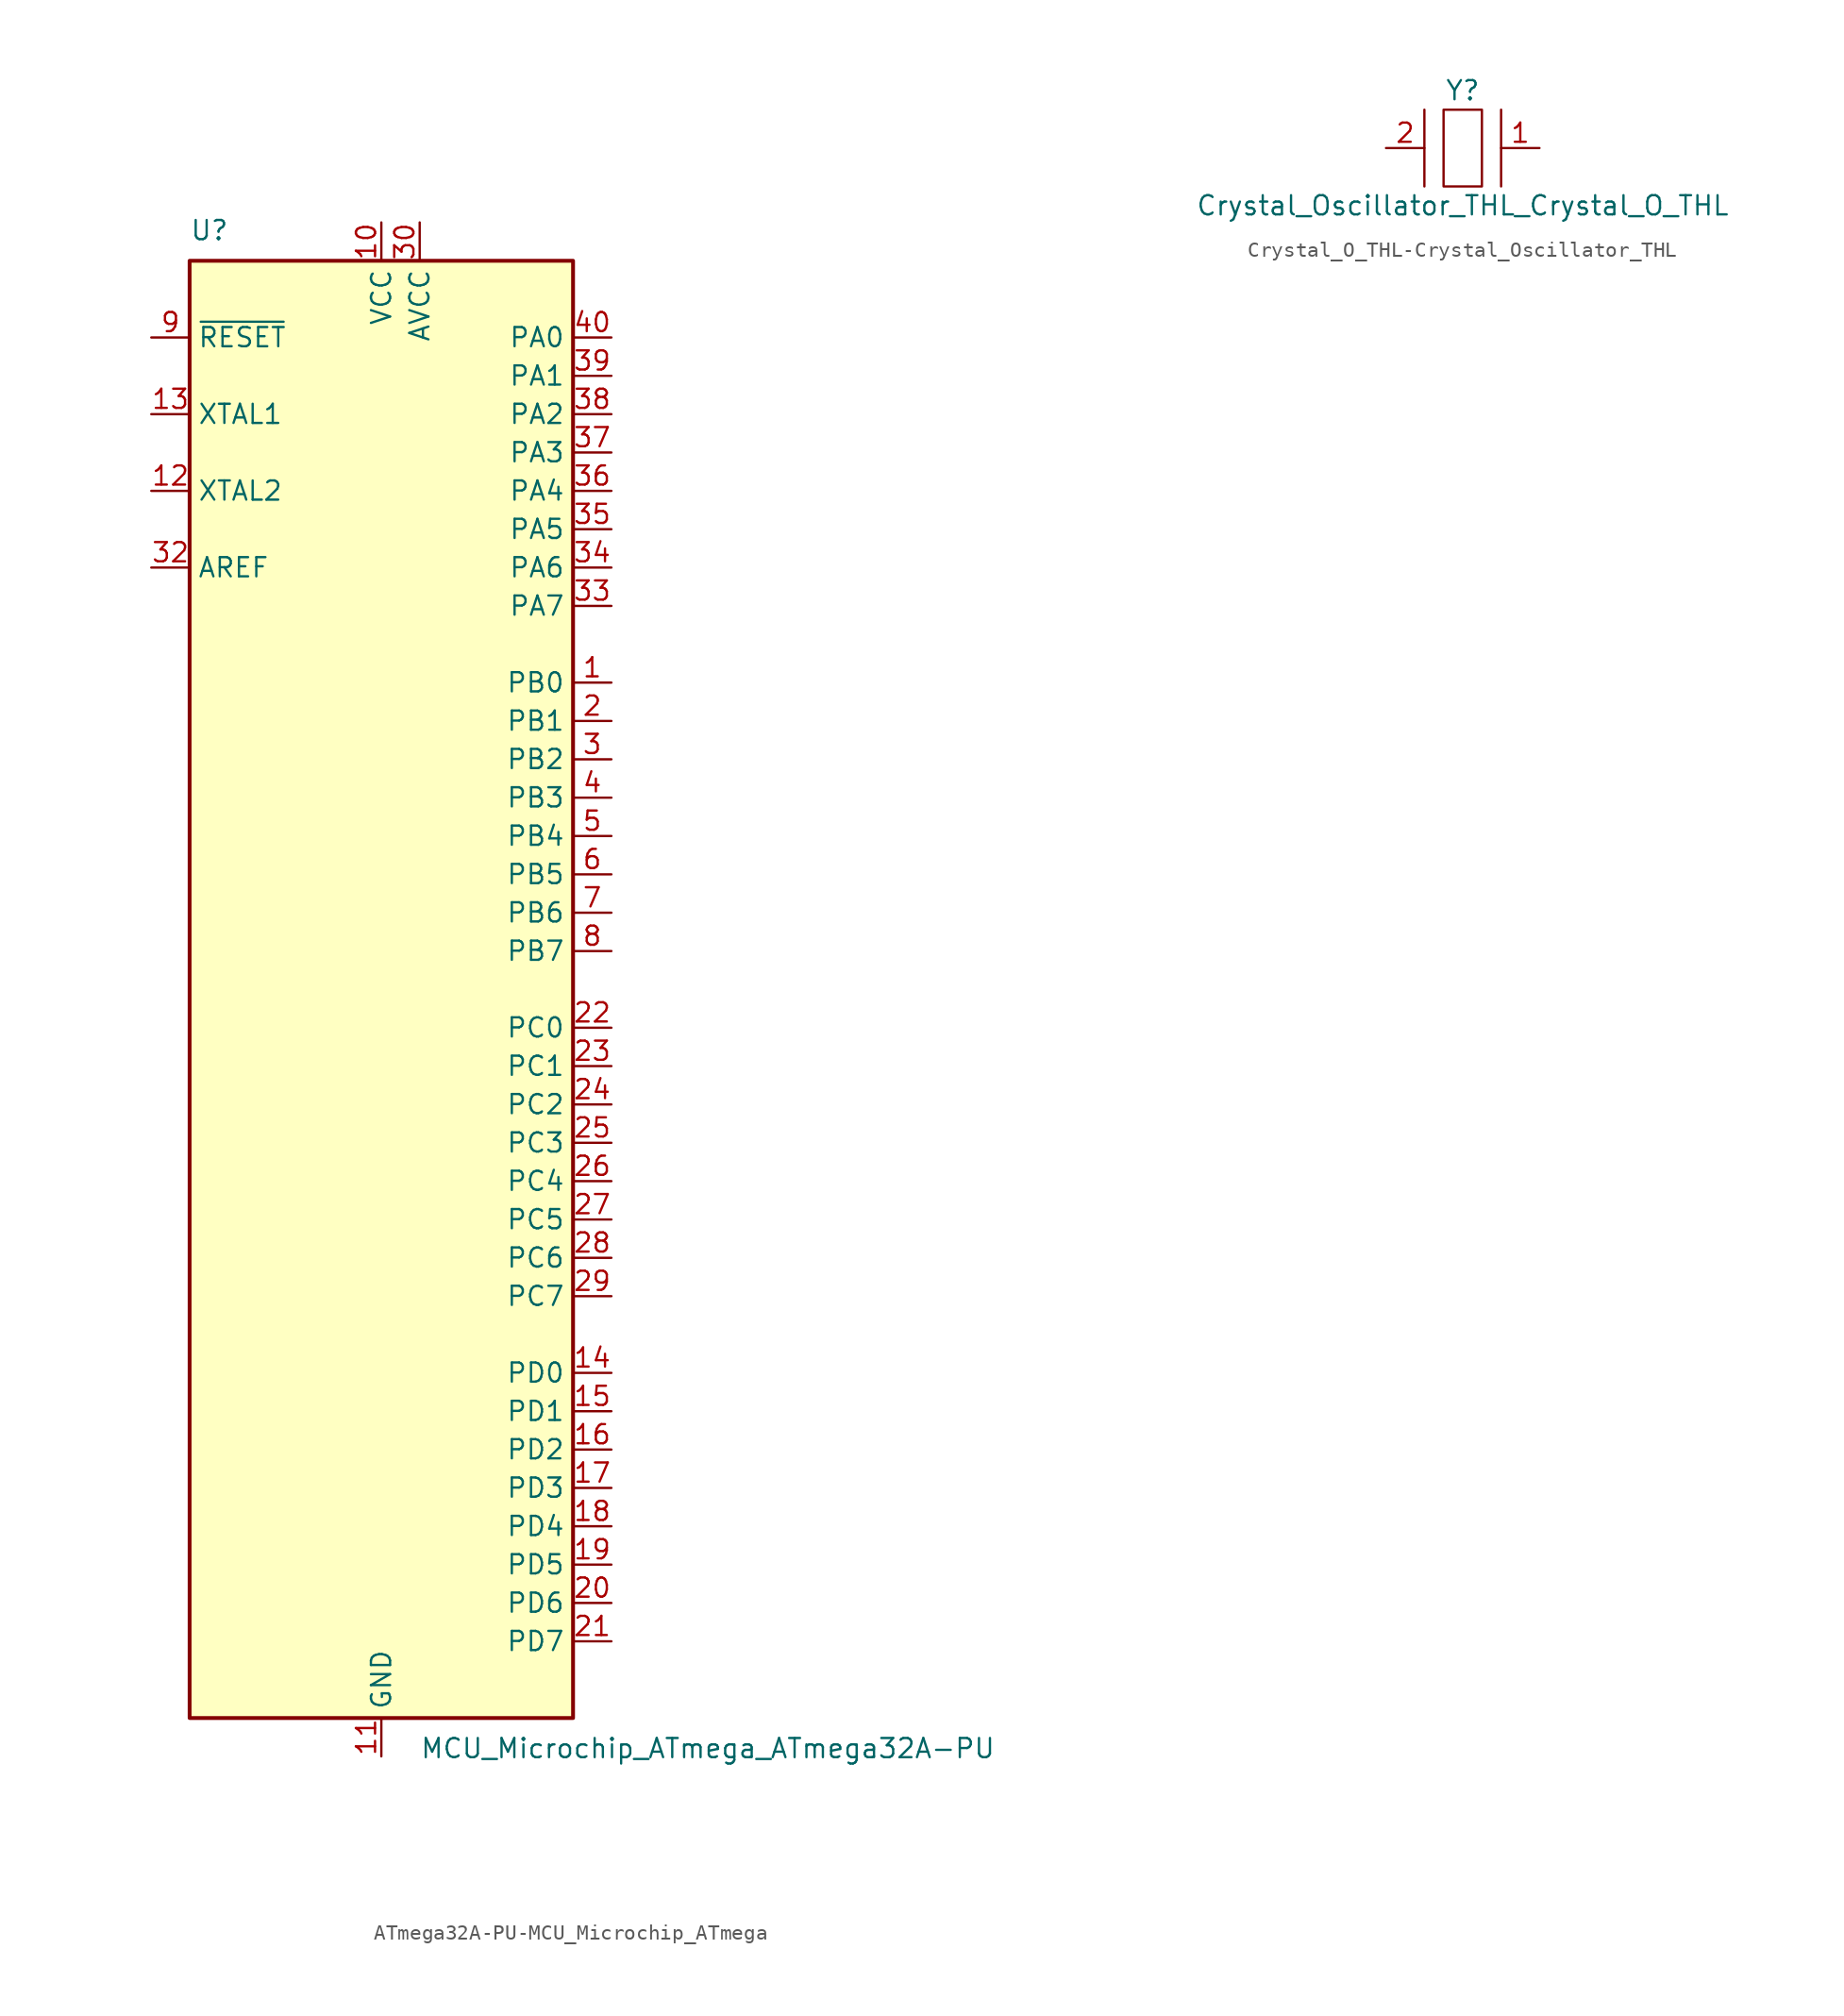
<source format=kicad_sym>
(kicad_symbol_lib
  (version 20220914)
  (generator kicad_symbol_editor)
  (symbol "ATmega32A-PU-MCU_Microchip_ATmega"
    (property "Reference" "U"
      (at -12.7 49.53 0)
      (effects (font (size 1.27 1.27)) (justify left bottom)))
    (property "Value" "MCU_Microchip_ATmega_ATmega32A-PU"
      (at 2.54 -49.53 0)
      (effects (font (size 1.27 1.27)) (justify left top)))
    (symbol "ATmega32A-PU-MCU_Microchip_ATmega_0_1"
      (rectangle (start -12.7 -48.26) (end 12.7 48.26) (stroke (width 0.254) (type solid)) (fill (type background))))
    (symbol "ATmega32A-PU-MCU_Microchip_ATmega_1_1"
      (pin bidirectional line (at 15.24 20.32 180) (length 2.54) (name "PB0" (effects (font (size 1.27 1.27)))) (number "1" (effects (font (size 1.27 1.27)))))
      (pin power_in line (at 0 50.8 270) (length 2.54) (name "VCC" (effects (font (size 1.27 1.27)))) (number "10" (effects (font (size 1.27 1.27)))))
      (pin power_in line (at 0 -50.8 90) (length 2.54) (name "GND" (effects (font (size 1.27 1.27)))) (number "11" (effects (font (size 1.27 1.27)))))
      (pin output line (at -15.24 33.02 0) (length 2.54) (name "XTAL2" (effects (font (size 1.27 1.27)))) (number "12" (effects (font (size 1.27 1.27)))))
      (pin input line (at -15.24 38.1 0) (length 2.54) (name "XTAL1" (effects (font (size 1.27 1.27)))) (number "13" (effects (font (size 1.27 1.27)))))
      (pin bidirectional line (at 15.24 -25.4 180) (length 2.54) (name "PD0" (effects (font (size 1.27 1.27)))) (number "14" (effects (font (size 1.27 1.27)))))
      (pin bidirectional line (at 15.24 -27.94 180) (length 2.54) (name "PD1" (effects (font (size 1.27 1.27)))) (number "15" (effects (font (size 1.27 1.27)))))
      (pin bidirectional line (at 15.24 -30.48 180) (length 2.54) (name "PD2" (effects (font (size 1.27 1.27)))) (number "16" (effects (font (size 1.27 1.27)))))
      (pin bidirectional line (at 15.24 -33.02 180) (length 2.54) (name "PD3" (effects (font (size 1.27 1.27)))) (number "17" (effects (font (size 1.27 1.27)))))
      (pin bidirectional line (at 15.24 -35.56 180) (length 2.54) (name "PD4" (effects (font (size 1.27 1.27)))) (number "18" (effects (font (size 1.27 1.27)))))
      (pin bidirectional line (at 15.24 -38.1 180) (length 2.54) (name "PD5" (effects (font (size 1.27 1.27)))) (number "19" (effects (font (size 1.27 1.27)))))
      (pin bidirectional line (at 15.24 17.78 180) (length 2.54) (name "PB1" (effects (font (size 1.27 1.27)))) (number "2" (effects (font (size 1.27 1.27)))))
      (pin bidirectional line (at 15.24 -40.64 180) (length 2.54) (name "PD6" (effects (font (size 1.27 1.27)))) (number "20" (effects (font (size 1.27 1.27)))))
      (pin bidirectional line (at 15.24 -43.18 180) (length 2.54) (name "PD7" (effects (font (size 1.27 1.27)))) (number "21" (effects (font (size 1.27 1.27)))))
      (pin bidirectional line (at 15.24 -2.54 180) (length 2.54) (name "PC0" (effects (font (size 1.27 1.27)))) (number "22" (effects (font (size 1.27 1.27)))))
      (pin bidirectional line (at 15.24 -5.08 180) (length 2.54) (name "PC1" (effects (font (size 1.27 1.27)))) (number "23" (effects (font (size 1.27 1.27)))))
      (pin bidirectional line (at 15.24 -7.62 180) (length 2.54) (name "PC2" (effects (font (size 1.27 1.27)))) (number "24" (effects (font (size 1.27 1.27)))))
      (pin bidirectional line (at 15.24 -10.16 180) (length 2.54) (name "PC3" (effects (font (size 1.27 1.27)))) (number "25" (effects (font (size 1.27 1.27)))))
      (pin bidirectional line (at 15.24 -12.7 180) (length 2.54) (name "PC4" (effects (font (size 1.27 1.27)))) (number "26" (effects (font (size 1.27 1.27)))))
      (pin bidirectional line (at 15.24 -15.24 180) (length 2.54) (name "PC5" (effects (font (size 1.27 1.27)))) (number "27" (effects (font (size 1.27 1.27)))))
      (pin bidirectional line (at 15.24 -17.78 180) (length 2.54) (name "PC6" (effects (font (size 1.27 1.27)))) (number "28" (effects (font (size 1.27 1.27)))))
      (pin bidirectional line (at 15.24 -20.32 180) (length 2.54) (name "PC7" (effects (font (size 1.27 1.27)))) (number "29" (effects (font (size 1.27 1.27)))))
      (pin bidirectional line (at 15.24 15.24 180) (length 2.54) (name "PB2" (effects (font (size 1.27 1.27)))) (number "3" (effects (font (size 1.27 1.27)))))
      (pin power_in line (at 2.54 50.8 270) (length 2.54) (name "AVCC" (effects (font (size 1.27 1.27)))) (number "30" (effects (font (size 1.27 1.27)))))
      (pin passive line (at 0 -50.8 90) (length 2.54) hide (name "GND" (effects (font (size 1.27 1.27)))) (number "31" (effects (font (size 1.27 1.27)))))
      (pin passive line (at -15.24 27.94 0) (length 2.54) (name "AREF" (effects (font (size 1.27 1.27)))) (number "32" (effects (font (size 1.27 1.27)))))
      (pin bidirectional line (at 15.24 25.4 180) (length 2.54) (name "PA7" (effects (font (size 1.27 1.27)))) (number "33" (effects (font (size 1.27 1.27)))))
      (pin bidirectional line (at 15.24 27.94 180) (length 2.54) (name "PA6" (effects (font (size 1.27 1.27)))) (number "34" (effects (font (size 1.27 1.27)))))
      (pin bidirectional line (at 15.24 30.48 180) (length 2.54) (name "PA5" (effects (font (size 1.27 1.27)))) (number "35" (effects (font (size 1.27 1.27)))))
      (pin bidirectional line (at 15.24 33.02 180) (length 2.54) (name "PA4" (effects (font (size 1.27 1.27)))) (number "36" (effects (font (size 1.27 1.27)))))
      (pin bidirectional line (at 15.24 35.56 180) (length 2.54) (name "PA3" (effects (font (size 1.27 1.27)))) (number "37" (effects (font (size 1.27 1.27)))))
      (pin bidirectional line (at 15.24 38.1 180) (length 2.54) (name "PA2" (effects (font (size 1.27 1.27)))) (number "38" (effects (font (size 1.27 1.27)))))
      (pin bidirectional line (at 15.24 40.64 180) (length 2.54) (name "PA1" (effects (font (size 1.27 1.27)))) (number "39" (effects (font (size 1.27 1.27)))))
      (pin bidirectional line (at 15.24 12.7 180) (length 2.54) (name "PB3" (effects (font (size 1.27 1.27)))) (number "4" (effects (font (size 1.27 1.27)))))
      (pin bidirectional line (at 15.24 43.18 180) (length 2.54) (name "PA0" (effects (font (size 1.27 1.27)))) (number "40" (effects (font (size 1.27 1.27)))))
      (pin bidirectional line (at 15.24 10.16 180) (length 2.54) (name "PB4" (effects (font (size 1.27 1.27)))) (number "5" (effects (font (size 1.27 1.27)))))
      (pin bidirectional line (at 15.24 7.62 180) (length 2.54) (name "PB5" (effects (font (size 1.27 1.27)))) (number "6" (effects (font (size 1.27 1.27)))))
      (pin bidirectional line (at 15.24 5.08 180) (length 2.54) (name "PB6" (effects (font (size 1.27 1.27)))) (number "7" (effects (font (size 1.27 1.27)))))
      (pin bidirectional line (at 15.24 2.54 180) (length 2.54) (name "PB7" (effects (font (size 1.27 1.27)))) (number "8" (effects (font (size 1.27 1.27)))))
      (pin input line (at -15.24 43.18 0) (length 2.54) (name "~{RESET}" (effects (font (size 1.27 1.27)))) (number "9" (effects (font (size 1.27 1.27)))))))
  (symbol "Crystal_O_THL-Crystal_Oscillator_THL"
    (property "Reference" "Y"
      (at 0 3.81 0)
      (effects (font (size 1.27 1.27))))
    (property "Value" "Crystal_Oscillator_THL_Crystal_O_THL"
      (at 0 -3.81 0)
      (effects (font (size 1.27 1.27))))
    (symbol "Crystal_O_THL-Crystal_Oscillator_THL_0_1"
      (rectangle (start -1.27 2.54) (end 1.27 -2.54) (stroke (width 0) (type solid)) (fill (type none)))
      (polyline (pts (xy -2.54 2.54) (xy -2.54 -2.54)) (stroke (width 0) (type solid)) (fill (type none)))
      (polyline (pts (xy 2.54 2.54) (xy 2.54 -2.54)) (stroke (width 0) (type solid)) (fill (type none))))
    (symbol "Crystal_O_THL-Crystal_Oscillator_THL_1_1"
      (pin input line (at 5.08 0 180) (length 2.54) (name "~" (effects (font (size 1.27 1.27)))) (number "1" (effects (font (size 1.27 1.27)))))
      (pin input line (at -5.08 0 0) (length 2.54) (name "~" (effects (font (size 1.27 1.27)))) (number "2" (effects (font (size 1.27 1.27))))))))
</source>
